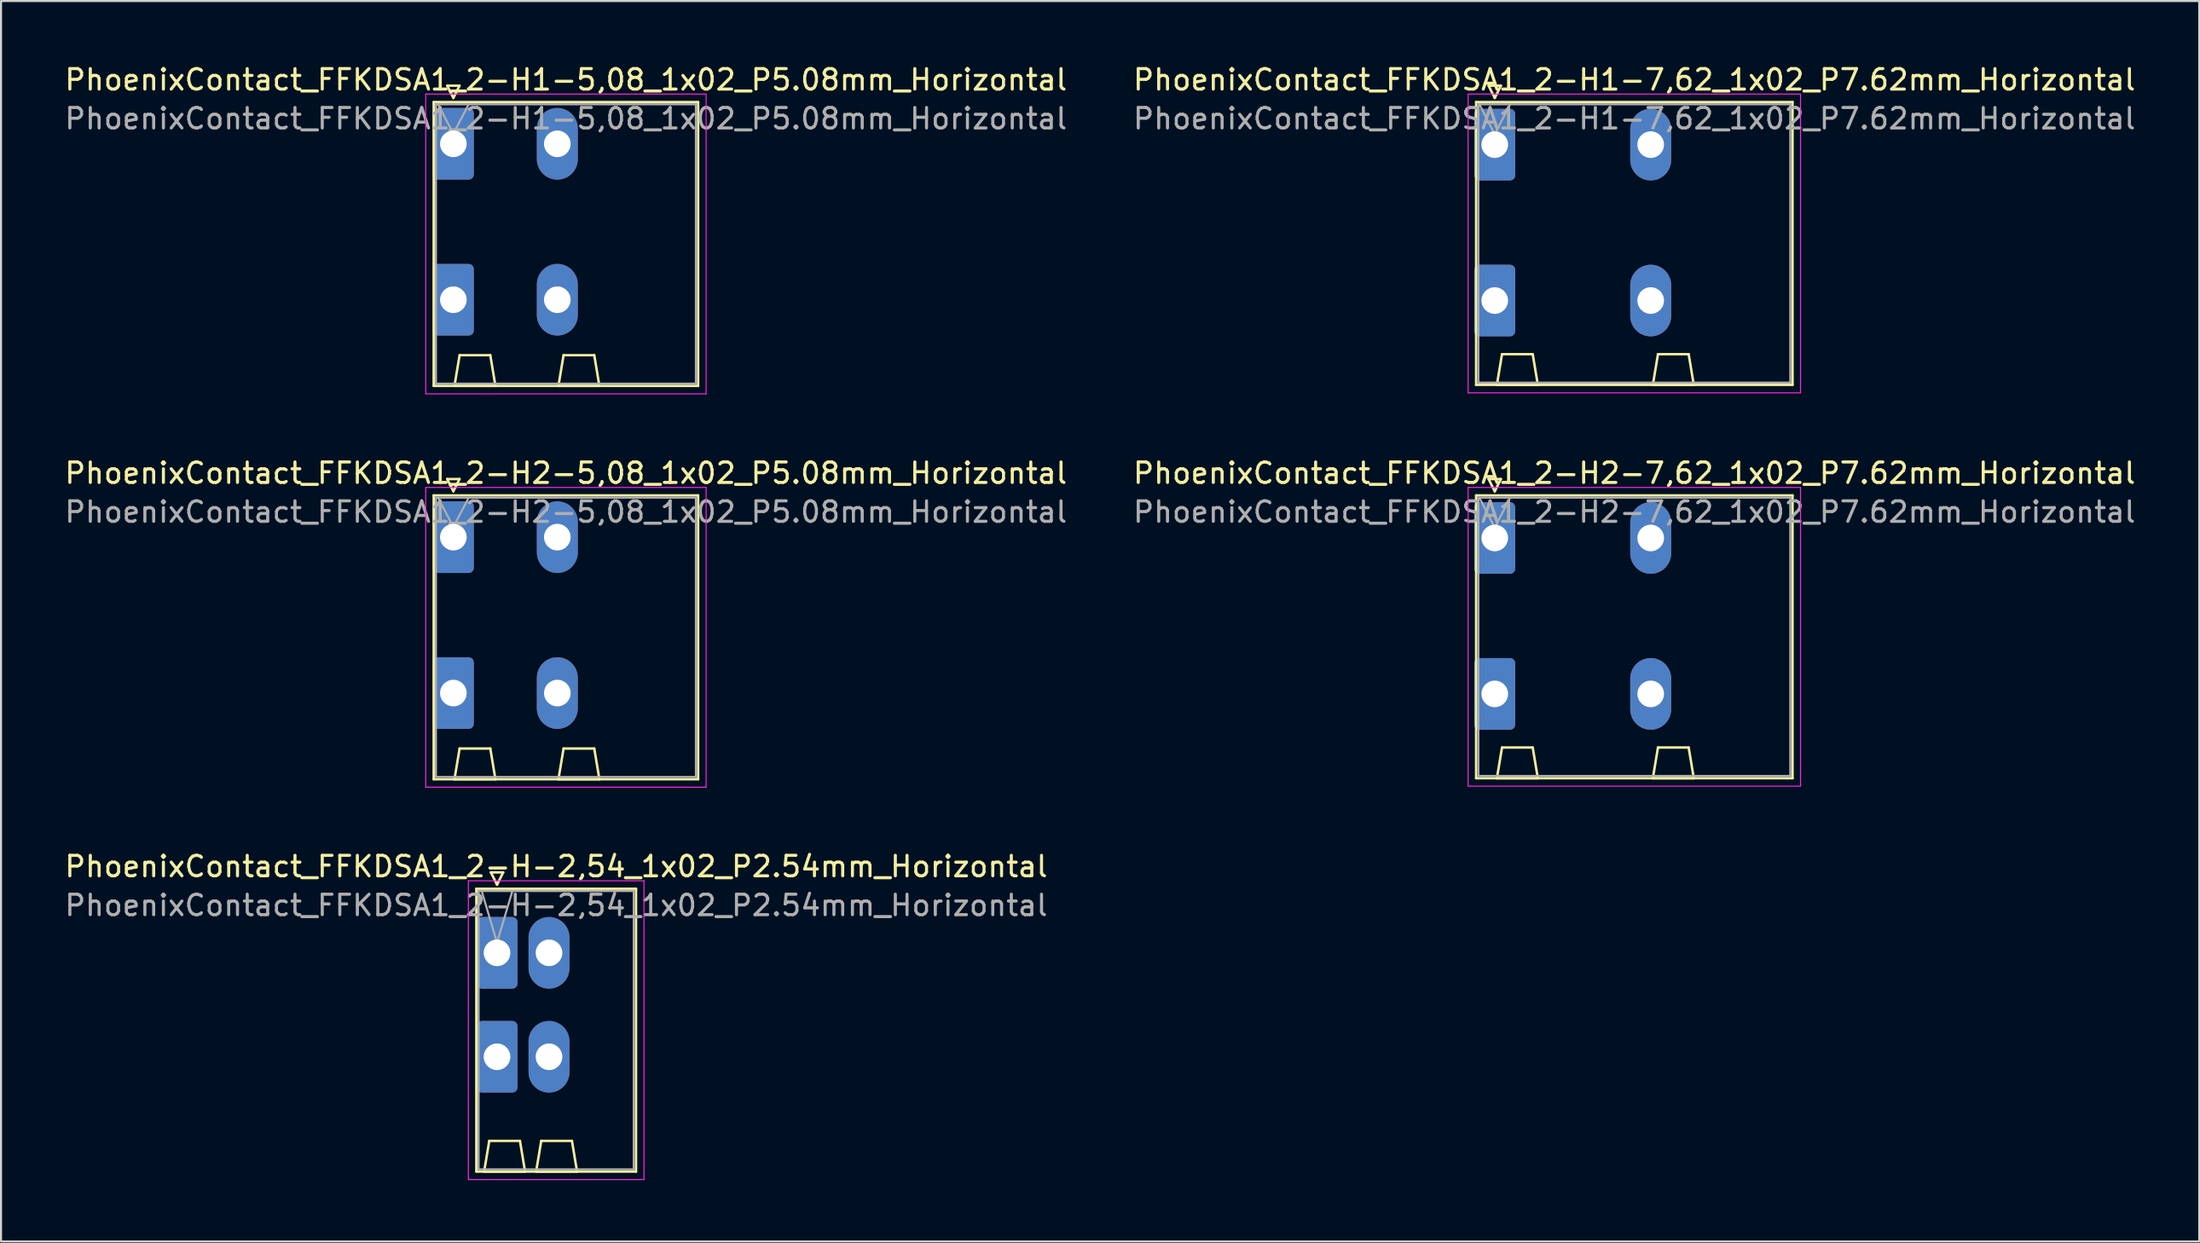
<source format=kicad_pcb>
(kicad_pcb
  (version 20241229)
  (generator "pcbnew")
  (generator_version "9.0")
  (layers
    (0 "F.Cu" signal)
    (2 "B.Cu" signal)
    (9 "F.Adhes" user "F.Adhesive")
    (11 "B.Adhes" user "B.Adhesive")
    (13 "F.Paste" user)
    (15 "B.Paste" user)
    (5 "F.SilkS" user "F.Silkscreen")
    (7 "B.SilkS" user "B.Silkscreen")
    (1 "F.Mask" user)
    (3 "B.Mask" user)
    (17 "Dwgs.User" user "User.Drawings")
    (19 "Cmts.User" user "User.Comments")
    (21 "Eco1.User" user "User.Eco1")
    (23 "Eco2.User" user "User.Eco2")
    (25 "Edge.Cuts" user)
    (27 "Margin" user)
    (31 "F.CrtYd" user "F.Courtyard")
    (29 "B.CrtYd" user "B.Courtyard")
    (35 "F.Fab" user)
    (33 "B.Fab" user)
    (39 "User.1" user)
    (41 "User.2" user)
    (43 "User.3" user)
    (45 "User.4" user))
  (footprint "PhoenixContact_FFKDSA1_2-H-2,54_1x02_P2.54mm_Horizontal"
    (layer "F.Cu")
    (at 21.235 43.515)
    (property "Reference" "PhoenixContact_FFKDSA1_2-H-2,54_1x02_P2.54mm_Horizontal" (at 2.89 -4.22 0) (layer "F.SilkS") (effects (font (size 1 1) (thickness 0.15))))
    (attr through_hole)
    (fp_line (start -1.01 -3.13) (end -1.01 10.69) (stroke (width 0.12) (type solid)) (layer "F.SilkS"))
    (fp_line (start -1.01 10.69) (end 6.79 10.69) (stroke (width 0.12) (type solid)) (layer "F.SilkS"))
    (fp_line (start -0.63 10.69) (end 1.37 10.69) (stroke (width 0.12) (type solid)) (layer "F.SilkS"))
    (fp_line (start -0.38 9.19) (end -0.63 10.69) (stroke (width 0.12) (type solid)) (layer "F.SilkS"))
    (fp_line (start -0.3 -3.93) (end 0.3 -3.93) (stroke (width 0.12) (type solid)) (layer "F.SilkS"))
    (fp_line (start 0 -3.33) (end -0.3 -3.93) (stroke (width 0.12) (type solid)) (layer "F.SilkS"))
    (fp_line (start 0.3 -3.93) (end 0 -3.33) (stroke (width 0.12) (type solid)) (layer "F.SilkS"))
    (fp_line (start 1.12 9.19) (end -0.38 9.19) (stroke (width 0.12) (type solid)) (layer "F.SilkS"))
    (fp_line (start 1.37 10.69) (end 1.12 9.19) (stroke (width 0.12) (type solid)) (layer "F.SilkS"))
    (fp_line (start 1.91 10.69) (end 3.91 10.69) (stroke (width 0.12) (type solid)) (layer "F.SilkS"))
    (fp_line (start 2.16 9.19) (end 1.91 10.69) (stroke (width 0.12) (type solid)) (layer "F.SilkS"))
    (fp_line (start 3.66 9.19) (end 2.16 9.19) (stroke (width 0.12) (type solid)) (layer "F.SilkS"))
    (fp_line (start 3.91 10.69) (end 3.66 9.19) (stroke (width 0.12) (type solid)) (layer "F.SilkS"))
    (fp_line (start 6.79 -3.13) (end -1.01 -3.13) (stroke (width 0.12) (type solid)) (layer "F.SilkS"))
    (fp_line (start 6.79 10.69) (end 6.79 -3.13) (stroke (width 0.12) (type solid)) (layer "F.SilkS"))
    (fp_line (start -1.4 -3.52) (end -1.4 11.08) (stroke (width 0.05) (type solid)) (layer "F.CrtYd"))
    (fp_line (start -1.4 11.08) (end 7.18 11.08) (stroke (width 0.05) (type solid)) (layer "F.CrtYd"))
    (fp_line (start 7.18 -3.52) (end -1.4 -3.52) (stroke (width 0.05) (type solid)) (layer "F.CrtYd"))
    (fp_line (start 7.18 11.08) (end 7.18 -3.52) (stroke (width 0.05) (type solid)) (layer "F.CrtYd"))
    (fp_line (start -0.9 -3.02) (end -0.9 10.58) (stroke (width 0.1) (type solid)) (layer "F.Fab"))
    (fp_line (start -0.9 10.58) (end 6.68 10.58) (stroke (width 0.1) (type solid)) (layer "F.Fab"))
    (fp_line (start 0 -0.5) (end -0.75 -3.02) (stroke (width 0.1) (type solid)) (layer "F.Fab"))
    (fp_line (start 0.75 -3.02) (end 0 -0.5) (stroke (width 0.1) (type solid)) (layer "F.Fab"))
    (fp_line (start 6.68 -3.02) (end -0.9 -3.02) (stroke (width 0.1) (type solid)) (layer "F.Fab"))
    (fp_line (start 6.68 10.58) (end 6.68 -3.02) (stroke (width 0.1) (type solid)) (layer "F.Fab"))
    (fp_text user "${REFERENCE}" (at 2.89 -2.32 0) (layer "F.Fab") (effects (font (size 1 1) (thickness 0.15))))
    (pad "1" thru_hole roundrect (at 0 0) (size 2 3.5) (drill 1.3) (layers "*.Cu" "*.Mask") (roundrect_rratio 0.125))
    (pad "1" thru_hole roundrect (at 0 5.08) (size 2 3.5) (drill 1.3) (layers "*.Cu" "*.Mask") (roundrect_rratio 0.125))
    (pad "2" thru_hole oval (at 2.54 0) (size 2 3.5) (drill 1.3) (layers "*.Cu" "*.Mask"))
    (pad "2" thru_hole oval (at 2.54 5.08) (size 2 3.5) (drill 1.3) (layers "*.Cu" "*.Mask")))
  (footprint "PhoenixContact_FFKDSA1_2-H1-5,08_1x02_P5.08mm_Horizontal"
    (layer "F.Cu")
    (at 19.101 3.978)
    (property "Reference" "PhoenixContact_FFKDSA1_2-H1-5,08_1x02_P5.08mm_Horizontal" (at 5.5 -3.13 0) (layer "F.SilkS") (effects (font (size 1 1) (thickness 0.15))))
    (attr through_hole)
    (fp_line (start -0.96 -2.04) (end -0.96 11.83) (stroke (width 0.12) (type solid)) (layer "F.SilkS"))
    (fp_line (start -0.96 11.83) (end 11.96 11.83) (stroke (width 0.12) (type solid)) (layer "F.SilkS"))
    (fp_line (start -0.3 -2.84) (end 0.3 -2.84) (stroke (width 0.12) (type solid)) (layer "F.SilkS"))
    (fp_line (start 0 -2.24) (end -0.3 -2.84) (stroke (width 0.12) (type solid)) (layer "F.SilkS"))
    (fp_line (start 0.055 11.83) (end 2.055 11.83) (stroke (width 0.12) (type solid)) (layer "F.SilkS"))
    (fp_line (start 0.3 -2.84) (end 0 -2.24) (stroke (width 0.12) (type solid)) (layer "F.SilkS"))
    (fp_line (start 0.305 10.33) (end 0.055 11.83) (stroke (width 0.12) (type solid)) (layer "F.SilkS"))
    (fp_line (start 1.805 10.33) (end 0.305 10.33) (stroke (width 0.12) (type solid)) (layer "F.SilkS"))
    (fp_line (start 2.055 11.83) (end 1.805 10.33) (stroke (width 0.12) (type solid)) (layer "F.SilkS"))
    (fp_line (start 5.135 11.83) (end 7.135 11.83) (stroke (width 0.12) (type solid)) (layer "F.SilkS"))
    (fp_line (start 5.385 10.33) (end 5.135 11.83) (stroke (width 0.12) (type solid)) (layer "F.SilkS"))
    (fp_line (start 6.885 10.33) (end 5.385 10.33) (stroke (width 0.12) (type solid)) (layer "F.SilkS"))
    (fp_line (start 7.135 11.83) (end 6.885 10.33) (stroke (width 0.12) (type solid)) (layer "F.SilkS"))
    (fp_line (start 11.96 -2.04) (end -0.96 -2.04) (stroke (width 0.12) (type solid)) (layer "F.SilkS"))
    (fp_line (start 11.96 11.83) (end 11.96 -2.04) (stroke (width 0.12) (type solid)) (layer "F.SilkS"))
    (fp_line (start -1.35 -2.43) (end -1.35 12.22) (stroke (width 0.05) (type solid)) (layer "F.CrtYd"))
    (fp_line (start -1.35 12.22) (end 12.35 12.22) (stroke (width 0.05) (type solid)) (layer "F.CrtYd"))
    (fp_line (start 12.35 -2.43) (end -1.35 -2.43) (stroke (width 0.05) (type solid)) (layer "F.CrtYd"))
    (fp_line (start 12.35 12.22) (end 12.35 -2.43) (stroke (width 0.05) (type solid)) (layer "F.CrtYd"))
    (fp_line (start -0.85 -1.93) (end -0.85 11.72) (stroke (width 0.1) (type solid)) (layer "F.Fab"))
    (fp_line (start -0.85 11.72) (end 11.85 11.72) (stroke (width 0.1) (type solid)) (layer "F.Fab"))
    (fp_line (start 0 -0.5) (end -0.75 -1.93) (stroke (width 0.1) (type solid)) (layer "F.Fab"))
    (fp_line (start 0.75 -1.93) (end 0 -0.5) (stroke (width 0.1) (type solid)) (layer "F.Fab"))
    (fp_line (start 11.85 -1.93) (end -0.85 -1.93) (stroke (width 0.1) (type solid)) (layer "F.Fab"))
    (fp_line (start 11.85 11.72) (end 11.85 -1.93) (stroke (width 0.1) (type solid)) (layer "F.Fab"))
    (fp_text user "${REFERENCE}" (at 5.5 -1.23 0) (layer "F.Fab") (effects (font (size 1 1) (thickness 0.15))))
    (pad "1" thru_hole roundrect (at 0 0) (size 2 3.5) (drill 1.3) (layers "*.Cu" "*.Mask") (roundrect_rratio 0.125))
    (pad "1" thru_hole roundrect (at 0 7.62) (size 2 3.5) (drill 1.3) (layers "*.Cu" "*.Mask") (roundrect_rratio 0.125))
    (pad "2" thru_hole oval (at 5.08 0) (size 2 3.5) (drill 1.3) (layers "*.Cu" "*.Mask"))
    (pad "2" thru_hole oval (at 5.08 7.62) (size 2 3.5) (drill 1.3) (layers "*.Cu" "*.Mask")))
  (footprint "PhoenixContact_FFKDSA1_2-H2-7,62_1x02_P7.62mm_Horizontal"
    (layer "F.Cu")
    (at 69.984 23.241)
    (property "Reference" "PhoenixContact_FFKDSA1_2-H2-7,62_1x02_P7.62mm_Horizontal" (at 6.82 -3.17 0) (layer "F.SilkS") (effects (font (size 1 1) (thickness 0.15))))
    (attr through_hole)
    (fp_line (start -0.91 -2.08) (end -0.91 11.74) (stroke (width 0.12) (type solid)) (layer "F.SilkS"))
    (fp_line (start -0.91 11.74) (end 14.55 11.74) (stroke (width 0.12) (type solid)) (layer "F.SilkS"))
    (fp_line (start -0.3 -2.88) (end 0.3 -2.88) (stroke (width 0.12) (type solid)) (layer "F.SilkS"))
    (fp_line (start 0 -2.28) (end -0.3 -2.88) (stroke (width 0.12) (type solid)) (layer "F.SilkS"))
    (fp_line (start 0.105 11.74) (end 2.105 11.74) (stroke (width 0.12) (type solid)) (layer "F.SilkS"))
    (fp_line (start 0.3 -2.88) (end 0 -2.28) (stroke (width 0.12) (type solid)) (layer "F.SilkS"))
    (fp_line (start 0.355 10.24) (end 0.105 11.74) (stroke (width 0.12) (type solid)) (layer "F.SilkS"))
    (fp_line (start 1.855 10.24) (end 0.355 10.24) (stroke (width 0.12) (type solid)) (layer "F.SilkS"))
    (fp_line (start 2.105 11.74) (end 1.855 10.24) (stroke (width 0.12) (type solid)) (layer "F.SilkS"))
    (fp_line (start 7.725 11.74) (end 9.725 11.74) (stroke (width 0.12) (type solid)) (layer "F.SilkS"))
    (fp_line (start 7.975 10.24) (end 7.725 11.74) (stroke (width 0.12) (type solid)) (layer "F.SilkS"))
    (fp_line (start 9.475 10.24) (end 7.975 10.24) (stroke (width 0.12) (type solid)) (layer "F.SilkS"))
    (fp_line (start 9.725 11.74) (end 9.475 10.24) (stroke (width 0.12) (type solid)) (layer "F.SilkS"))
    (fp_line (start 14.55 -2.08) (end -0.91 -2.08) (stroke (width 0.12) (type solid)) (layer "F.SilkS"))
    (fp_line (start 14.55 11.74) (end 14.55 -2.08) (stroke (width 0.12) (type solid)) (layer "F.SilkS"))
    (fp_line (start -1.3 -2.47) (end -1.3 12.13) (stroke (width 0.05) (type solid)) (layer "F.CrtYd"))
    (fp_line (start -1.3 12.13) (end 14.94 12.13) (stroke (width 0.05) (type solid)) (layer "F.CrtYd"))
    (fp_line (start 14.94 -2.47) (end -1.3 -2.47) (stroke (width 0.05) (type solid)) (layer "F.CrtYd"))
    (fp_line (start 14.94 12.13) (end 14.94 -2.47) (stroke (width 0.05) (type solid)) (layer "F.CrtYd"))
    (fp_line (start -0.8 -1.97) (end -0.8 11.63) (stroke (width 0.1) (type solid)) (layer "F.Fab"))
    (fp_line (start -0.8 11.63) (end 14.44 11.63) (stroke (width 0.1) (type solid)) (layer "F.Fab"))
    (fp_line (start 0 -0.5) (end -0.75 -1.97) (stroke (width 0.1) (type solid)) (layer "F.Fab"))
    (fp_line (start 0.75 -1.97) (end 0 -0.5) (stroke (width 0.1) (type solid)) (layer "F.Fab"))
    (fp_line (start 14.44 -1.97) (end -0.8 -1.97) (stroke (width 0.1) (type solid)) (layer "F.Fab"))
    (fp_line (start 14.44 11.63) (end 14.44 -1.97) (stroke (width 0.1) (type solid)) (layer "F.Fab"))
    (fp_text user "${REFERENCE}" (at 6.82 -1.27 0) (layer "F.Fab") (effects (font (size 1 1) (thickness 0.15))))
    (pad "1" thru_hole roundrect (at 0 0) (size 2 3.5) (drill 1.3) (layers "*.Cu" "*.Mask") (roundrect_rratio 0.125))
    (pad "1" thru_hole roundrect (at 0 7.62) (size 2 3.5) (drill 1.3) (layers "*.Cu" "*.Mask") (roundrect_rratio 0.125))
    (pad "2" thru_hole oval (at 7.62 0) (size 2 3.5) (drill 1.3) (layers "*.Cu" "*.Mask"))
    (pad "2" thru_hole oval (at 7.62 7.62) (size 2 3.5) (drill 1.3) (layers "*.Cu" "*.Mask")))
  (footprint "PhoenixContact_FFKDSA1_2-H2-5,08_1x02_P5.08mm_Horizontal"
    (layer "F.Cu")
    (at 19.101 23.201)
    (property "Reference" "PhoenixContact_FFKDSA1_2-H2-5,08_1x02_P5.08mm_Horizontal" (at 5.5 -3.13 0) (layer "F.SilkS") (effects (font (size 1 1) (thickness 0.15))))
    (attr through_hole)
    (fp_line (start -0.96 -2.04) (end -0.96 11.83) (stroke (width 0.12) (type solid)) (layer "F.SilkS"))
    (fp_line (start -0.96 11.83) (end 11.96 11.83) (stroke (width 0.12) (type solid)) (layer "F.SilkS"))
    (fp_line (start -0.3 -2.84) (end 0.3 -2.84) (stroke (width 0.12) (type solid)) (layer "F.SilkS"))
    (fp_line (start 0 -2.24) (end -0.3 -2.84) (stroke (width 0.12) (type solid)) (layer "F.SilkS"))
    (fp_line (start 0.055 11.83) (end 2.055 11.83) (stroke (width 0.12) (type solid)) (layer "F.SilkS"))
    (fp_line (start 0.3 -2.84) (end 0 -2.24) (stroke (width 0.12) (type solid)) (layer "F.SilkS"))
    (fp_line (start 0.305 10.33) (end 0.055 11.83) (stroke (width 0.12) (type solid)) (layer "F.SilkS"))
    (fp_line (start 1.805 10.33) (end 0.305 10.33) (stroke (width 0.12) (type solid)) (layer "F.SilkS"))
    (fp_line (start 2.055 11.83) (end 1.805 10.33) (stroke (width 0.12) (type solid)) (layer "F.SilkS"))
    (fp_line (start 5.135 11.83) (end 7.135 11.83) (stroke (width 0.12) (type solid)) (layer "F.SilkS"))
    (fp_line (start 5.385 10.33) (end 5.135 11.83) (stroke (width 0.12) (type solid)) (layer "F.SilkS"))
    (fp_line (start 6.885 10.33) (end 5.385 10.33) (stroke (width 0.12) (type solid)) (layer "F.SilkS"))
    (fp_line (start 7.135 11.83) (end 6.885 10.33) (stroke (width 0.12) (type solid)) (layer "F.SilkS"))
    (fp_line (start 11.96 -2.04) (end -0.96 -2.04) (stroke (width 0.12) (type solid)) (layer "F.SilkS"))
    (fp_line (start 11.96 11.83) (end 11.96 -2.04) (stroke (width 0.12) (type solid)) (layer "F.SilkS"))
    (fp_line (start -1.35 -2.43) (end -1.35 12.22) (stroke (width 0.05) (type solid)) (layer "F.CrtYd"))
    (fp_line (start -1.35 12.22) (end 12.35 12.22) (stroke (width 0.05) (type solid)) (layer "F.CrtYd"))
    (fp_line (start 12.35 -2.43) (end -1.35 -2.43) (stroke (width 0.05) (type solid)) (layer "F.CrtYd"))
    (fp_line (start 12.35 12.22) (end 12.35 -2.43) (stroke (width 0.05) (type solid)) (layer "F.CrtYd"))
    (fp_line (start -0.85 -1.93) (end -0.85 11.72) (stroke (width 0.1) (type solid)) (layer "F.Fab"))
    (fp_line (start -0.85 11.72) (end 11.85 11.72) (stroke (width 0.1) (type solid)) (layer "F.Fab"))
    (fp_line (start 0 -0.5) (end -0.75 -1.93) (stroke (width 0.1) (type solid)) (layer "F.Fab"))
    (fp_line (start 0.75 -1.93) (end 0 -0.5) (stroke (width 0.1) (type solid)) (layer "F.Fab"))
    (fp_line (start 11.85 -1.93) (end -0.85 -1.93) (stroke (width 0.1) (type solid)) (layer "F.Fab"))
    (fp_line (start 11.85 11.72) (end 11.85 -1.93) (stroke (width 0.1) (type solid)) (layer "F.Fab"))
    (fp_text user "${REFERENCE}" (at 5.5 -1.23 0) (layer "F.Fab") (effects (font (size 1 1) (thickness 0.15))))
    (pad "1" thru_hole roundrect (at 0 0) (size 2 3.5) (drill 1.3) (layers "*.Cu" "*.Mask") (roundrect_rratio 0.125))
    (pad "1" thru_hole roundrect (at 0 7.62) (size 2 3.5) (drill 1.3) (layers "*.Cu" "*.Mask") (roundrect_rratio 0.125))
    (pad "2" thru_hole oval (at 5.08 0) (size 2 3.5) (drill 1.3) (layers "*.Cu" "*.Mask"))
    (pad "2" thru_hole oval (at 5.08 7.62) (size 2 3.5) (drill 1.3) (layers "*.Cu" "*.Mask")))
  (footprint "PhoenixContact_FFKDSA1_2-H1-7,62_1x02_P7.62mm_Horizontal"
    (layer "F.Cu")
    (at 69.984 4.018)
    (property "Reference" "PhoenixContact_FFKDSA1_2-H1-7,62_1x02_P7.62mm_Horizontal" (at 6.82 -3.17 0) (layer "F.SilkS") (effects (font (size 1 1) (thickness 0.15))))
    (attr through_hole)
    (fp_line (start -0.91 -2.08) (end -0.91 11.74) (stroke (width 0.12) (type solid)) (layer "F.SilkS"))
    (fp_line (start -0.91 11.74) (end 14.55 11.74) (stroke (width 0.12) (type solid)) (layer "F.SilkS"))
    (fp_line (start -0.3 -2.88) (end 0.3 -2.88) (stroke (width 0.12) (type solid)) (layer "F.SilkS"))
    (fp_line (start 0 -2.28) (end -0.3 -2.88) (stroke (width 0.12) (type solid)) (layer "F.SilkS"))
    (fp_line (start 0.105 11.74) (end 2.105 11.74) (stroke (width 0.12) (type solid)) (layer "F.SilkS"))
    (fp_line (start 0.3 -2.88) (end 0 -2.28) (stroke (width 0.12) (type solid)) (layer "F.SilkS"))
    (fp_line (start 0.355 10.24) (end 0.105 11.74) (stroke (width 0.12) (type solid)) (layer "F.SilkS"))
    (fp_line (start 1.855 10.24) (end 0.355 10.24) (stroke (width 0.12) (type solid)) (layer "F.SilkS"))
    (fp_line (start 2.105 11.74) (end 1.855 10.24) (stroke (width 0.12) (type solid)) (layer "F.SilkS"))
    (fp_line (start 7.725 11.74) (end 9.725 11.74) (stroke (width 0.12) (type solid)) (layer "F.SilkS"))
    (fp_line (start 7.975 10.24) (end 7.725 11.74) (stroke (width 0.12) (type solid)) (layer "F.SilkS"))
    (fp_line (start 9.475 10.24) (end 7.975 10.24) (stroke (width 0.12) (type solid)) (layer "F.SilkS"))
    (fp_line (start 9.725 11.74) (end 9.475 10.24) (stroke (width 0.12) (type solid)) (layer "F.SilkS"))
    (fp_line (start 14.55 -2.08) (end -0.91 -2.08) (stroke (width 0.12) (type solid)) (layer "F.SilkS"))
    (fp_line (start 14.55 11.74) (end 14.55 -2.08) (stroke (width 0.12) (type solid)) (layer "F.SilkS"))
    (fp_line (start -1.3 -2.47) (end -1.3 12.13) (stroke (width 0.05) (type solid)) (layer "F.CrtYd"))
    (fp_line (start -1.3 12.13) (end 14.94 12.13) (stroke (width 0.05) (type solid)) (layer "F.CrtYd"))
    (fp_line (start 14.94 -2.47) (end -1.3 -2.47) (stroke (width 0.05) (type solid)) (layer "F.CrtYd"))
    (fp_line (start 14.94 12.13) (end 14.94 -2.47) (stroke (width 0.05) (type solid)) (layer "F.CrtYd"))
    (fp_line (start -0.8 -1.97) (end -0.8 11.63) (stroke (width 0.1) (type solid)) (layer "F.Fab"))
    (fp_line (start -0.8 11.63) (end 14.44 11.63) (stroke (width 0.1) (type solid)) (layer "F.Fab"))
    (fp_line (start 0 -0.5) (end -0.75 -1.97) (stroke (width 0.1) (type solid)) (layer "F.Fab"))
    (fp_line (start 0.75 -1.97) (end 0 -0.5) (stroke (width 0.1) (type solid)) (layer "F.Fab"))
    (fp_line (start 14.44 -1.97) (end -0.8 -1.97) (stroke (width 0.1) (type solid)) (layer "F.Fab"))
    (fp_line (start 14.44 11.63) (end 14.44 -1.97) (stroke (width 0.1) (type solid)) (layer "F.Fab"))
    (fp_text user "${REFERENCE}" (at 6.82 -1.27 0) (layer "F.Fab") (effects (font (size 1 1) (thickness 0.15))))
    (pad "1" thru_hole roundrect (at 0 0) (size 2 3.5) (drill 1.3) (layers "*.Cu" "*.Mask") (roundrect_rratio 0.125))
    (pad "1" thru_hole roundrect (at 0 7.62) (size 2 3.5) (drill 1.3) (layers "*.Cu" "*.Mask") (roundrect_rratio 0.125))
    (pad "2" thru_hole oval (at 7.62 0) (size 2 3.5) (drill 1.3) (layers "*.Cu" "*.Mask"))
    (pad "2" thru_hole oval (at 7.62 7.62) (size 2 3.5) (drill 1.3) (layers "*.Cu" "*.Mask")))
  (gr_rect
    (start -3 -3)
    (end 104.405 57.62)
    (stroke (width 0.1) (type default))
    (fill no)
    (layer "Edge.Cuts")))
</source>
